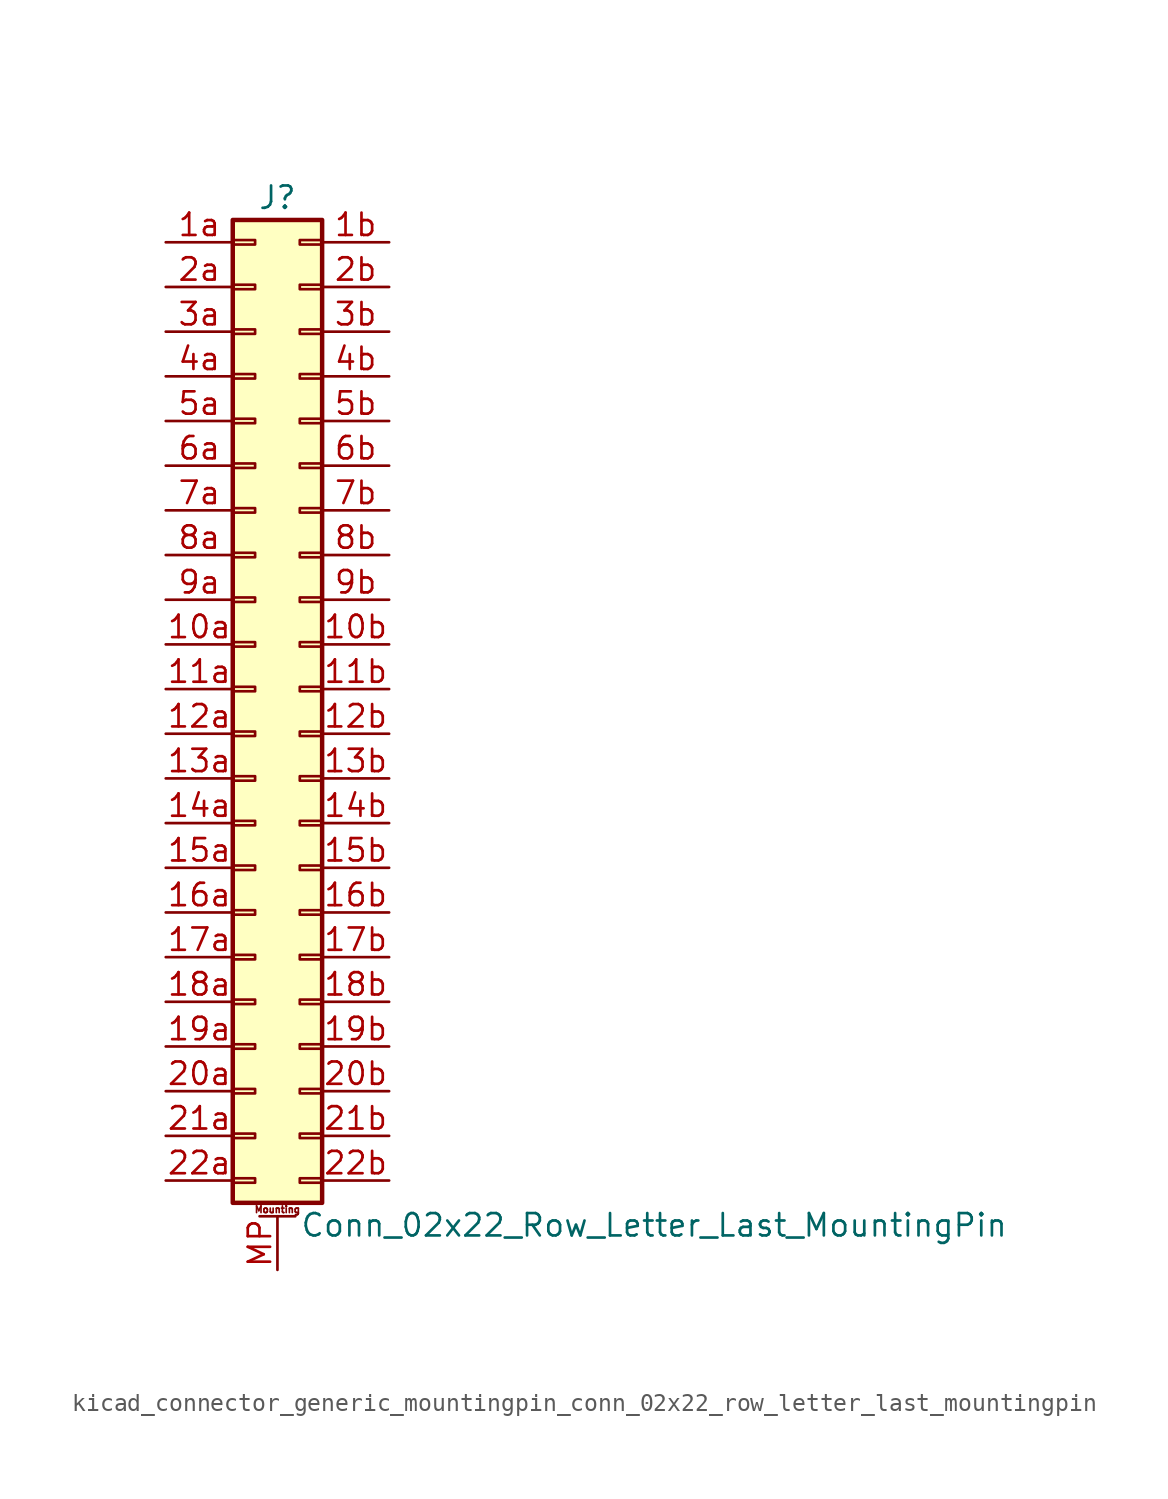
<source format=kicad_sym>
(kicad_symbol_lib
  (version 20220914)
  (generator kicad_symbol_editor)
  (symbol "kicad_connector_generic_mountingpin_conn_02x22_row_letter_last_mountingpin"
    (pin_names
      (offset 1.016) hide)
    (property "Reference" "J"
      (at 1.27 27.94 0)
      (effects (font (size 1.27 1.27))))
    (property "Value" "Conn_02x22_Row_Letter_Last_MountingPin"
      (at 2.54 -30.48 0)
      (effects (font (size 1.27 1.27)) (justify left)))
    (symbol "kicad_connector_generic_mountingpin_conn_02x22_row_letter_last_mountingpin_1_1"
      (rectangle (start -1.27 -27.813) (end 0 -28.067) (stroke (width 0.152) (type default)) (fill (type none)))
      (rectangle (start -1.27 -25.273) (end 0 -25.527) (stroke (width 0.152) (type default)) (fill (type none)))
      (rectangle (start -1.27 -22.733) (end 0 -22.987) (stroke (width 0.152) (type default)) (fill (type none)))
      (rectangle (start -1.27 -20.193) (end 0 -20.447) (stroke (width 0.152) (type default)) (fill (type none)))
      (rectangle (start -1.27 -17.653) (end 0 -17.907) (stroke (width 0.152) (type default)) (fill (type none)))
      (rectangle (start -1.27 -15.113) (end 0 -15.367) (stroke (width 0.152) (type default)) (fill (type none)))
      (rectangle (start -1.27 -12.573) (end 0 -12.827) (stroke (width 0.152) (type default)) (fill (type none)))
      (rectangle (start -1.27 -10.033) (end 0 -10.287) (stroke (width 0.152) (type default)) (fill (type none)))
      (rectangle (start -1.27 -7.493) (end 0 -7.747) (stroke (width 0.152) (type default)) (fill (type none)))
      (rectangle (start -1.27 -4.953) (end 0 -5.207) (stroke (width 0.152) (type default)) (fill (type none)))
      (rectangle (start -1.27 -2.413) (end 0 -2.667) (stroke (width 0.152) (type default)) (fill (type none)))
      (rectangle (start -1.27 0.127) (end 0 -0.127) (stroke (width 0.152) (type default)) (fill (type none)))
      (rectangle (start -1.27 2.667) (end 0 2.413) (stroke (width 0.152) (type default)) (fill (type none)))
      (rectangle (start -1.27 5.207) (end 0 4.953) (stroke (width 0.152) (type default)) (fill (type none)))
      (rectangle (start -1.27 7.747) (end 0 7.493) (stroke (width 0.152) (type default)) (fill (type none)))
      (rectangle (start -1.27 10.287) (end 0 10.033) (stroke (width 0.152) (type default)) (fill (type none)))
      (rectangle (start -1.27 12.827) (end 0 12.573) (stroke (width 0.152) (type default)) (fill (type none)))
      (rectangle (start -1.27 15.367) (end 0 15.113) (stroke (width 0.152) (type default)) (fill (type none)))
      (rectangle (start -1.27 17.907) (end 0 17.653) (stroke (width 0.152) (type default)) (fill (type none)))
      (rectangle (start -1.27 20.447) (end 0 20.193) (stroke (width 0.152) (type default)) (fill (type none)))
      (rectangle (start -1.27 22.987) (end 0 22.733) (stroke (width 0.152) (type default)) (fill (type none)))
      (rectangle (start -1.27 25.527) (end 0 25.273) (stroke (width 0.152) (type default)) (fill (type none)))
      (rectangle (start -1.27 26.67) (end 3.81 -29.21) (stroke (width 0.254) (type default)) (fill (type background)))
      (polyline (pts (xy 0.254 -29.972) (xy 2.286 -29.972)) (stroke (width 0.152) (type default)) (fill (type none)))
      (rectangle (start 3.81 -27.813) (end 2.54 -28.067) (stroke (width 0.152) (type default)) (fill (type none)))
      (rectangle (start 3.81 -25.273) (end 2.54 -25.527) (stroke (width 0.152) (type default)) (fill (type none)))
      (rectangle (start 3.81 -22.733) (end 2.54 -22.987) (stroke (width 0.152) (type default)) (fill (type none)))
      (rectangle (start 3.81 -20.193) (end 2.54 -20.447) (stroke (width 0.152) (type default)) (fill (type none)))
      (rectangle (start 3.81 -17.653) (end 2.54 -17.907) (stroke (width 0.152) (type default)) (fill (type none)))
      (rectangle (start 3.81 -15.113) (end 2.54 -15.367) (stroke (width 0.152) (type default)) (fill (type none)))
      (rectangle (start 3.81 -12.573) (end 2.54 -12.827) (stroke (width 0.152) (type default)) (fill (type none)))
      (rectangle (start 3.81 -10.033) (end 2.54 -10.287) (stroke (width 0.152) (type default)) (fill (type none)))
      (rectangle (start 3.81 -7.493) (end 2.54 -7.747) (stroke (width 0.152) (type default)) (fill (type none)))
      (rectangle (start 3.81 -4.953) (end 2.54 -5.207) (stroke (width 0.152) (type default)) (fill (type none)))
      (rectangle (start 3.81 -2.413) (end 2.54 -2.667) (stroke (width 0.152) (type default)) (fill (type none)))
      (rectangle (start 3.81 0.127) (end 2.54 -0.127) (stroke (width 0.152) (type default)) (fill (type none)))
      (rectangle (start 3.81 2.667) (end 2.54 2.413) (stroke (width 0.152) (type default)) (fill (type none)))
      (rectangle (start 3.81 5.207) (end 2.54 4.953) (stroke (width 0.152) (type default)) (fill (type none)))
      (rectangle (start 3.81 7.747) (end 2.54 7.493) (stroke (width 0.152) (type default)) (fill (type none)))
      (rectangle (start 3.81 10.287) (end 2.54 10.033) (stroke (width 0.152) (type default)) (fill (type none)))
      (rectangle (start 3.81 12.827) (end 2.54 12.573) (stroke (width 0.152) (type default)) (fill (type none)))
      (rectangle (start 3.81 15.367) (end 2.54 15.113) (stroke (width 0.152) (type default)) (fill (type none)))
      (rectangle (start 3.81 17.907) (end 2.54 17.653) (stroke (width 0.152) (type default)) (fill (type none)))
      (rectangle (start 3.81 20.447) (end 2.54 20.193) (stroke (width 0.152) (type default)) (fill (type none)))
      (rectangle (start 3.81 22.987) (end 2.54 22.733) (stroke (width 0.152) (type default)) (fill (type none)))
      (rectangle (start 3.81 25.527) (end 2.54 25.273) (stroke (width 0.152) (type default)) (fill (type none)))
      (text "Mounting" (at 1.27 -29.591 0) (effects (font (size 0.381 0.381))))
      (pin passive line (at -5.08 2.54 0) (length 3.81) (name "Pin_10a" (effects (font (size 1.27 1.27)))) (number "10a" (effects (font (size 1.27 1.27)))))
      (pin passive line (at 7.62 2.54 180) (length 3.81) (name "Pin_10b" (effects (font (size 1.27 1.27)))) (number "10b" (effects (font (size 1.27 1.27)))))
      (pin passive line (at -5.08 0 0) (length 3.81) (name "Pin_11a" (effects (font (size 1.27 1.27)))) (number "11a" (effects (font (size 1.27 1.27)))))
      (pin passive line (at 7.62 0 180) (length 3.81) (name "Pin_11b" (effects (font (size 1.27 1.27)))) (number "11b" (effects (font (size 1.27 1.27)))))
      (pin passive line (at -5.08 -2.54 0) (length 3.81) (name "Pin_12a" (effects (font (size 1.27 1.27)))) (number "12a" (effects (font (size 1.27 1.27)))))
      (pin passive line (at 7.62 -2.54 180) (length 3.81) (name "Pin_12b" (effects (font (size 1.27 1.27)))) (number "12b" (effects (font (size 1.27 1.27)))))
      (pin passive line (at -5.08 -5.08 0) (length 3.81) (name "Pin_13a" (effects (font (size 1.27 1.27)))) (number "13a" (effects (font (size 1.27 1.27)))))
      (pin passive line (at 7.62 -5.08 180) (length 3.81) (name "Pin_13b" (effects (font (size 1.27 1.27)))) (number "13b" (effects (font (size 1.27 1.27)))))
      (pin passive line (at -5.08 -7.62 0) (length 3.81) (name "Pin_14a" (effects (font (size 1.27 1.27)))) (number "14a" (effects (font (size 1.27 1.27)))))
      (pin passive line (at 7.62 -7.62 180) (length 3.81) (name "Pin_14b" (effects (font (size 1.27 1.27)))) (number "14b" (effects (font (size 1.27 1.27)))))
      (pin passive line (at -5.08 -10.16 0) (length 3.81) (name "Pin_15a" (effects (font (size 1.27 1.27)))) (number "15a" (effects (font (size 1.27 1.27)))))
      (pin passive line (at 7.62 -10.16 180) (length 3.81) (name "Pin_15b" (effects (font (size 1.27 1.27)))) (number "15b" (effects (font (size 1.27 1.27)))))
      (pin passive line (at -5.08 -12.7 0) (length 3.81) (name "Pin_16a" (effects (font (size 1.27 1.27)))) (number "16a" (effects (font (size 1.27 1.27)))))
      (pin passive line (at 7.62 -12.7 180) (length 3.81) (name "Pin_16b" (effects (font (size 1.27 1.27)))) (number "16b" (effects (font (size 1.27 1.27)))))
      (pin passive line (at -5.08 -15.24 0) (length 3.81) (name "Pin_17a" (effects (font (size 1.27 1.27)))) (number "17a" (effects (font (size 1.27 1.27)))))
      (pin passive line (at 7.62 -15.24 180) (length 3.81) (name "Pin_17b" (effects (font (size 1.27 1.27)))) (number "17b" (effects (font (size 1.27 1.27)))))
      (pin passive line (at -5.08 -17.78 0) (length 3.81) (name "Pin_18a" (effects (font (size 1.27 1.27)))) (number "18a" (effects (font (size 1.27 1.27)))))
      (pin passive line (at 7.62 -17.78 180) (length 3.81) (name "Pin_18b" (effects (font (size 1.27 1.27)))) (number "18b" (effects (font (size 1.27 1.27)))))
      (pin passive line (at -5.08 -20.32 0) (length 3.81) (name "Pin_19a" (effects (font (size 1.27 1.27)))) (number "19a" (effects (font (size 1.27 1.27)))))
      (pin passive line (at 7.62 -20.32 180) (length 3.81) (name "Pin_19b" (effects (font (size 1.27 1.27)))) (number "19b" (effects (font (size 1.27 1.27)))))
      (pin passive line (at -5.08 25.4 0) (length 3.81) (name "Pin_1a" (effects (font (size 1.27 1.27)))) (number "1a" (effects (font (size 1.27 1.27)))))
      (pin passive line (at 7.62 25.4 180) (length 3.81) (name "Pin_1b" (effects (font (size 1.27 1.27)))) (number "1b" (effects (font (size 1.27 1.27)))))
      (pin passive line (at -5.08 -22.86 0) (length 3.81) (name "Pin_20a" (effects (font (size 1.27 1.27)))) (number "20a" (effects (font (size 1.27 1.27)))))
      (pin passive line (at 7.62 -22.86 180) (length 3.81) (name "Pin_20b" (effects (font (size 1.27 1.27)))) (number "20b" (effects (font (size 1.27 1.27)))))
      (pin passive line (at -5.08 -25.4 0) (length 3.81) (name "Pin_21a" (effects (font (size 1.27 1.27)))) (number "21a" (effects (font (size 1.27 1.27)))))
      (pin passive line (at 7.62 -25.4 180) (length 3.81) (name "Pin_21b" (effects (font (size 1.27 1.27)))) (number "21b" (effects (font (size 1.27 1.27)))))
      (pin passive line (at -5.08 -27.94 0) (length 3.81) (name "Pin_22a" (effects (font (size 1.27 1.27)))) (number "22a" (effects (font (size 1.27 1.27)))))
      (pin passive line (at 7.62 -27.94 180) (length 3.81) (name "Pin_22b" (effects (font (size 1.27 1.27)))) (number "22b" (effects (font (size 1.27 1.27)))))
      (pin passive line (at -5.08 22.86 0) (length 3.81) (name "Pin_2a" (effects (font (size 1.27 1.27)))) (number "2a" (effects (font (size 1.27 1.27)))))
      (pin passive line (at 7.62 22.86 180) (length 3.81) (name "Pin_2b" (effects (font (size 1.27 1.27)))) (number "2b" (effects (font (size 1.27 1.27)))))
      (pin passive line (at -5.08 20.32 0) (length 3.81) (name "Pin_3a" (effects (font (size 1.27 1.27)))) (number "3a" (effects (font (size 1.27 1.27)))))
      (pin passive line (at 7.62 20.32 180) (length 3.81) (name "Pin_3b" (effects (font (size 1.27 1.27)))) (number "3b" (effects (font (size 1.27 1.27)))))
      (pin passive line (at -5.08 17.78 0) (length 3.81) (name "Pin_4a" (effects (font (size 1.27 1.27)))) (number "4a" (effects (font (size 1.27 1.27)))))
      (pin passive line (at 7.62 17.78 180) (length 3.81) (name "Pin_4b" (effects (font (size 1.27 1.27)))) (number "4b" (effects (font (size 1.27 1.27)))))
      (pin passive line (at -5.08 15.24 0) (length 3.81) (name "Pin_5a" (effects (font (size 1.27 1.27)))) (number "5a" (effects (font (size 1.27 1.27)))))
      (pin passive line (at 7.62 15.24 180) (length 3.81) (name "Pin_5b" (effects (font (size 1.27 1.27)))) (number "5b" (effects (font (size 1.27 1.27)))))
      (pin passive line (at -5.08 12.7 0) (length 3.81) (name "Pin_6a" (effects (font (size 1.27 1.27)))) (number "6a" (effects (font (size 1.27 1.27)))))
      (pin passive line (at 7.62 12.7 180) (length 3.81) (name "Pin_6b" (effects (font (size 1.27 1.27)))) (number "6b" (effects (font (size 1.27 1.27)))))
      (pin passive line (at -5.08 10.16 0) (length 3.81) (name "Pin_7a" (effects (font (size 1.27 1.27)))) (number "7a" (effects (font (size 1.27 1.27)))))
      (pin passive line (at 7.62 10.16 180) (length 3.81) (name "Pin_7b" (effects (font (size 1.27 1.27)))) (number "7b" (effects (font (size 1.27 1.27)))))
      (pin passive line (at -5.08 7.62 0) (length 3.81) (name "Pin_8a" (effects (font (size 1.27 1.27)))) (number "8a" (effects (font (size 1.27 1.27)))))
      (pin passive line (at 7.62 7.62 180) (length 3.81) (name "Pin_8b" (effects (font (size 1.27 1.27)))) (number "8b" (effects (font (size 1.27 1.27)))))
      (pin passive line (at -5.08 5.08 0) (length 3.81) (name "Pin_9a" (effects (font (size 1.27 1.27)))) (number "9a" (effects (font (size 1.27 1.27)))))
      (pin passive line (at 7.62 5.08 180) (length 3.81) (name "Pin_9b" (effects (font (size 1.27 1.27)))) (number "9b" (effects (font (size 1.27 1.27)))))
      (pin passive line (at 1.27 -33.02 90) (length 3.048) (name "MountPin" (effects (font (size 1.27 1.27)))) (number "MP" (effects (font (size 1.27 1.27))))))))
</source>
